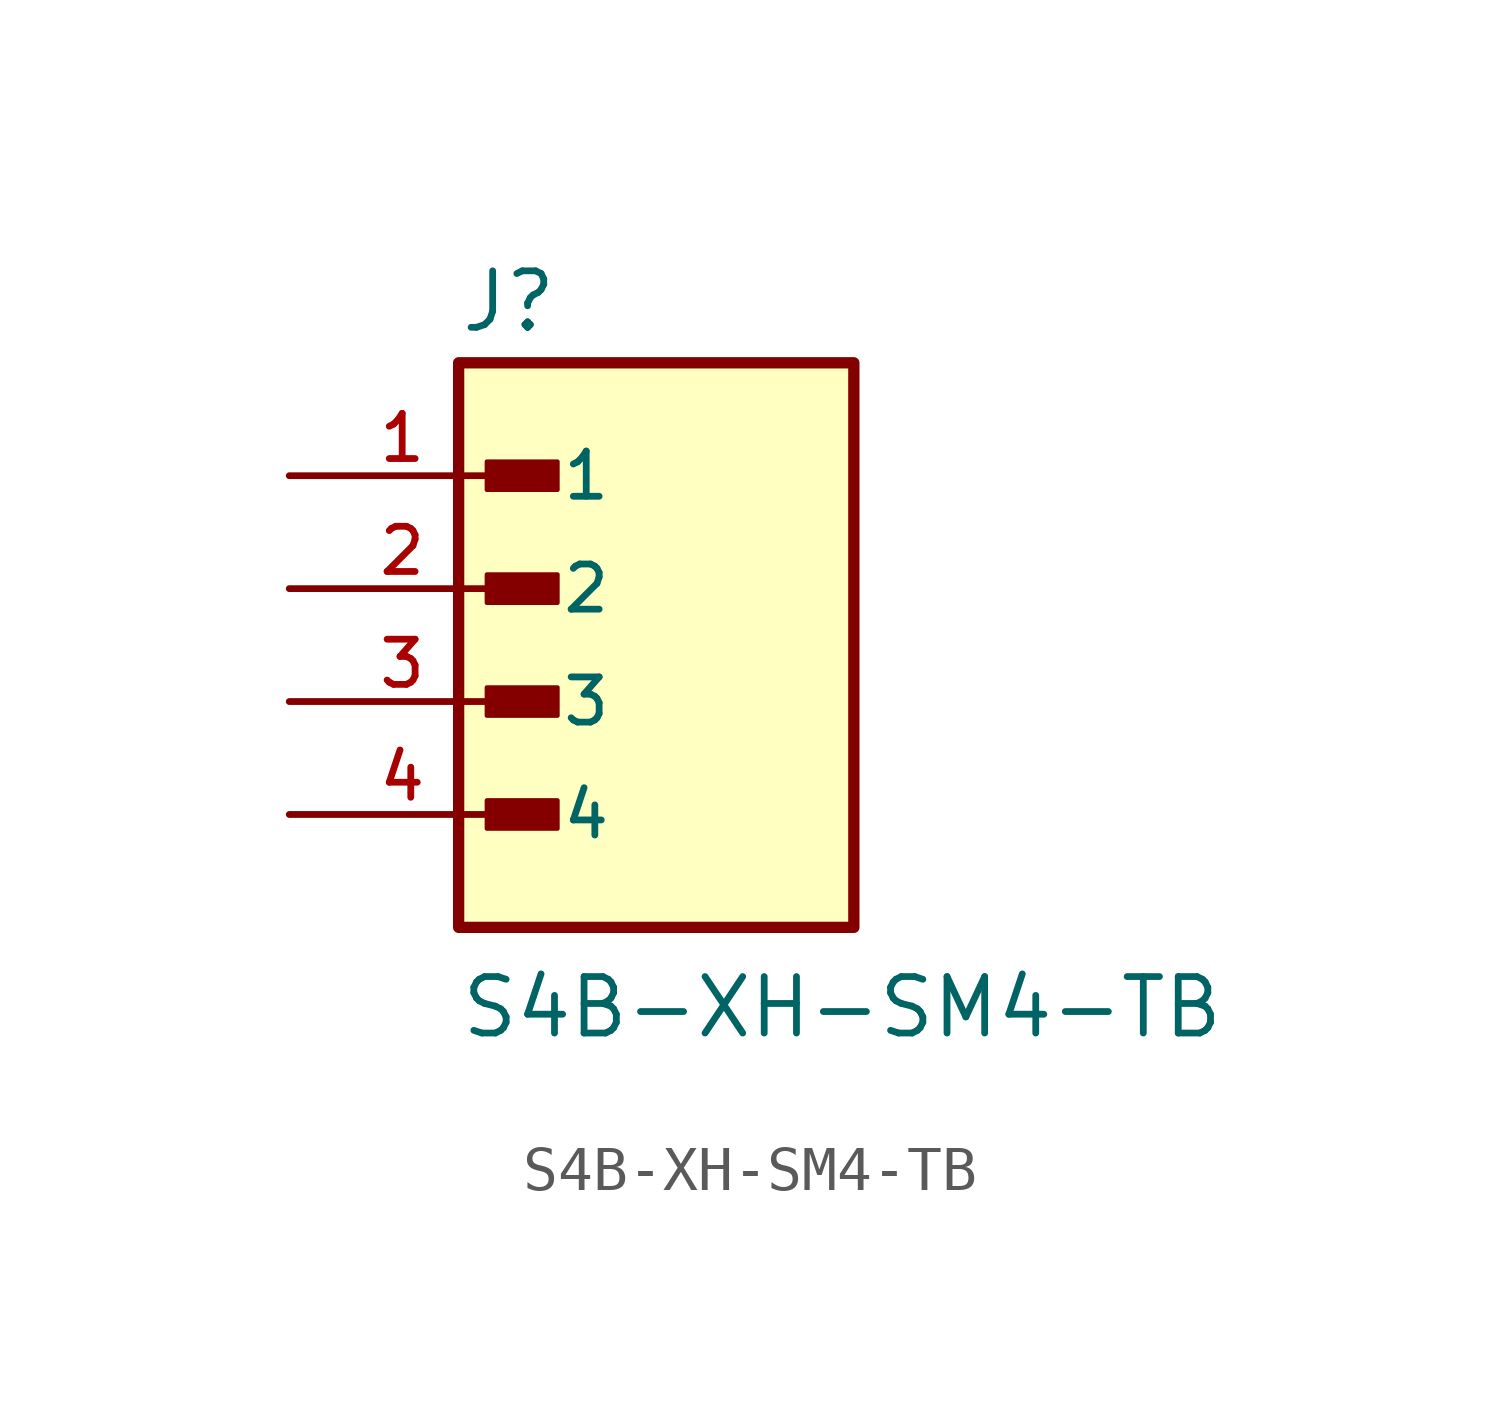
<source format=kicad_sym>
(kicad_symbol_lib
  (version 20211014)
  (generator kicad_symbol_editor)
  (symbol "S4B-XH-SM4-TB"
    (pin_names
      (offset 1.016))
    (property "Reference" "J"
      (at -3.81 5.715 0)
      (effects (font (size 1.27 1.27)) (justify bottom left)))
    (property "Value" "S4B-XH-SM4-TB"
      (at -3.81 -10.16 0)
      (effects (font (size 1.27 1.27)) (justify bottom left)))
    (symbol "S4B-XH-SM4-TB_0_0"
      (rectangle (start -3.175 2.223) (end -1.587 2.857) (stroke (width 0.1)) (fill (type outline)))
      (rectangle (start -3.175 -0.318) (end -1.587 0.318) (stroke (width 0.1)) (fill (type outline)))
      (rectangle (start -3.175 -2.857) (end -1.587 -2.223) (stroke (width 0.1)) (fill (type outline)))
      (rectangle (start -3.175 -5.397) (end -1.587 -4.763) (stroke (width 0.1)) (fill (type outline)))
      (rectangle (start -3.81 -7.62) (end 5.08 5.08) (stroke (width 0.254)) (fill (type background)))
      (pin passive line (at -7.62 2.54 0) (length 5.08) (name "1" (effects (font (size 1.016 1.016)))) (number "1" (effects (font (size 1.016 1.016)))))
      (pin passive line (at -7.62 0.0 0) (length 5.08) (name "2" (effects (font (size 1.016 1.016)))) (number "2" (effects (font (size 1.016 1.016)))))
      (pin passive line (at -7.62 -2.54 0) (length 5.08) (name "3" (effects (font (size 1.016 1.016)))) (number "3" (effects (font (size 1.016 1.016)))))
      (pin passive line (at -7.62 -5.08 0) (length 5.08) (name "4" (effects (font (size 1.016 1.016)))) (number "4" (effects (font (size 1.016 1.016))))))))
</source>
